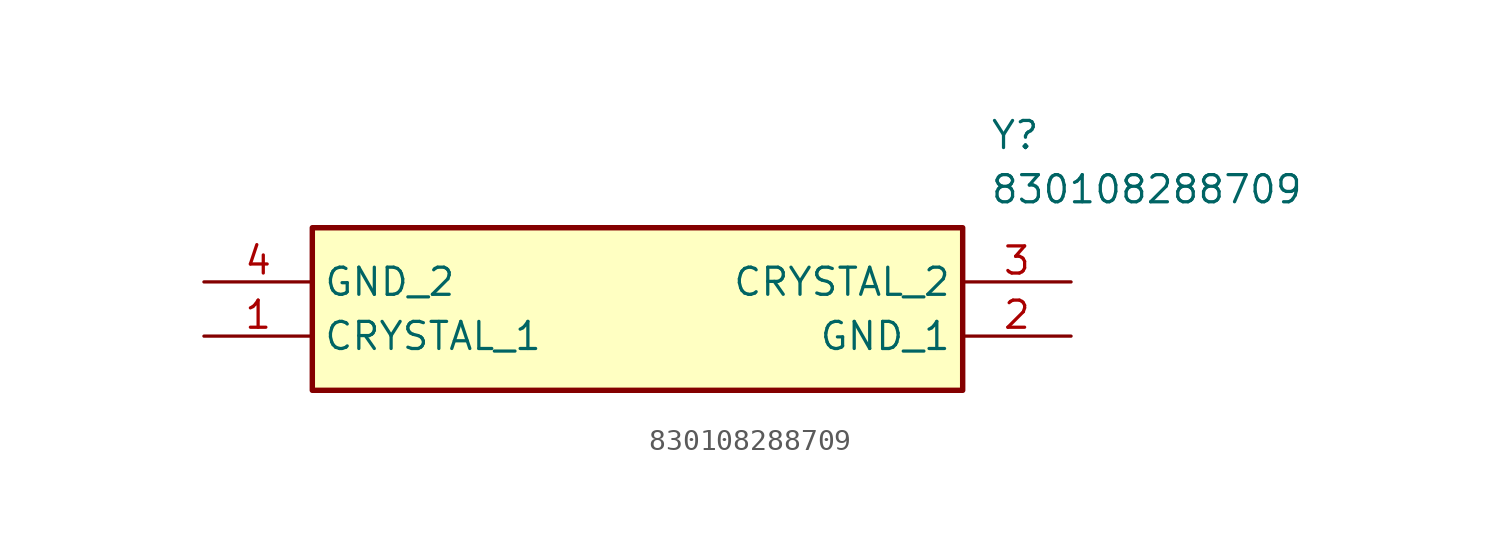
<source format=kicad_sym>
(kicad_symbol_lib
  (version 20211014)
  (generator SamacSys_ECAD_Model)
  (symbol "830108288709"
    (property "Reference" "Y"
      (at 36.83 7.62 0)
      (effects (font (size 1.27 1.27)) (justify left top)))
    (property "Value" "830108288709"
      (at 36.83 5.08 0)
      (effects (font (size 1.27 1.27)) (justify left top)))
    (rectangle
      (start 5.08 2.54)
      (end 35.56 -5.08)
      (stroke (width 0.254) (type default))
      (fill (type background)))
    (pin passive line
      (at 0 -2.54 0)
      (length 5.08)
      (name "CRYSTAL_1" (effects (font (size 1.27 1.27))))
      (number "1" (effects (font (size 1.27 1.27)))))
    (pin passive line
      (at 40.64 -2.54 180)
      (length 5.08)
      (name "GND_1" (effects (font (size 1.27 1.27))))
      (number "2" (effects (font (size 1.27 1.27)))))
    (pin passive line
      (at 40.64 0 180)
      (length 5.08)
      (name "CRYSTAL_2" (effects (font (size 1.27 1.27))))
      (number "3" (effects (font (size 1.27 1.27)))))
    (pin passive line
      (at 0 0 0)
      (length 5.08)
      (name "GND_2" (effects (font (size 1.27 1.27))))
      (number "4" (effects (font (size 1.27 1.27)))))))
</source>
